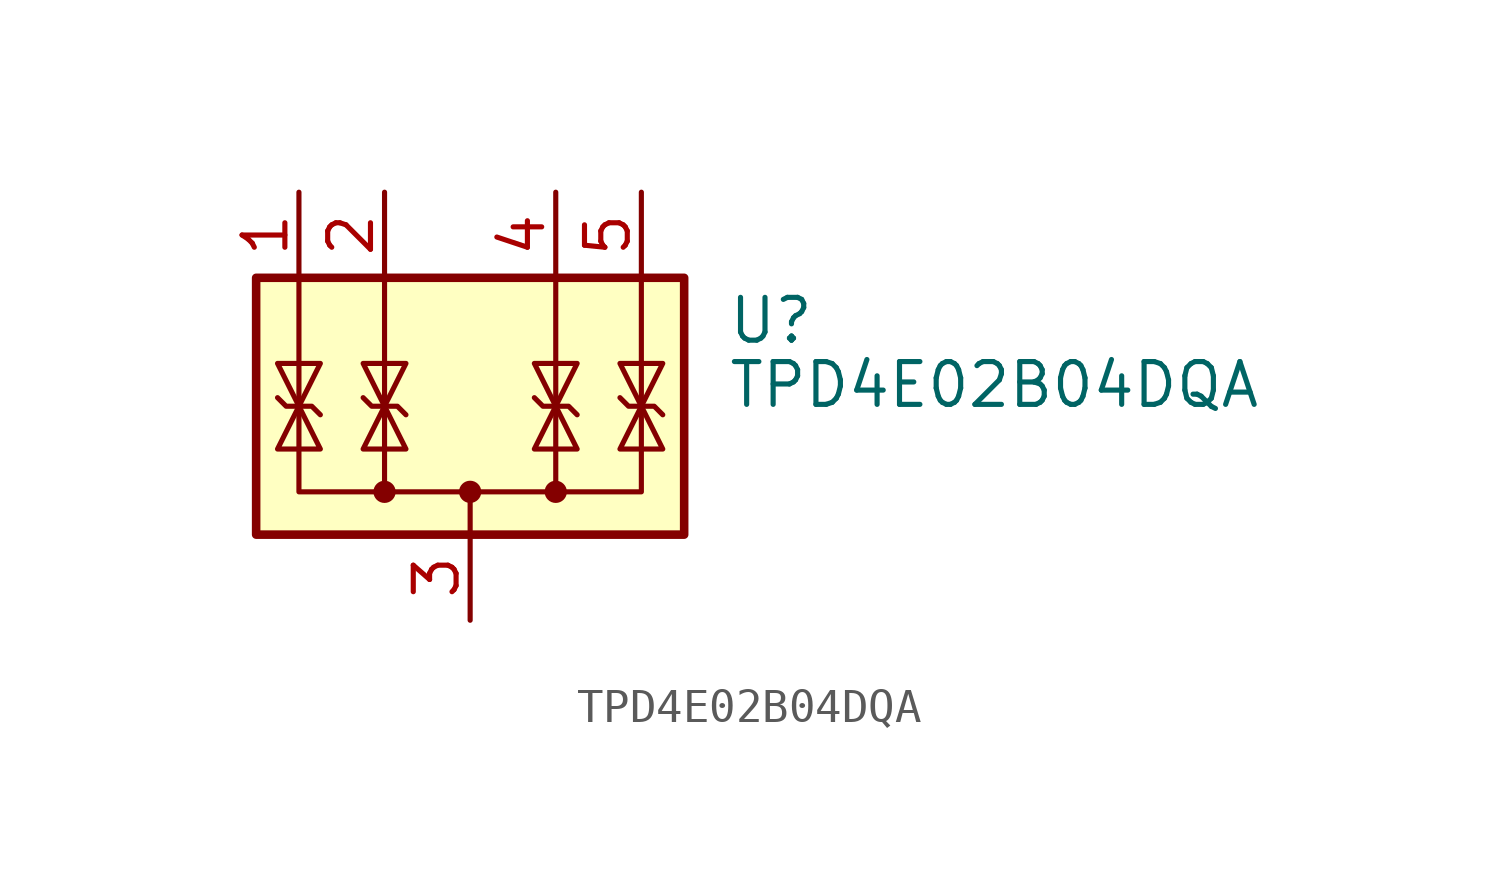
<source format=kicad_sym>
(kicad_symbol_lib
  (version 20211014)
  (generator kicad_symbol_editor)
  (symbol "TPD4E02B04DQA"
    (pin_names hide)
    (property "Reference" "U"
      (at 7.62 3.81 0)
      (effects (font (size 1.27 1.27)) (justify left)))
    (property "Value" "TPD4E02B04DQA"
      (at 7.62 1.905 0)
      (effects (font (size 1.27 1.27)) (justify left)))
    (symbol "TPD4E02B04DQA_0_0"
      (pin passive line (at 0 -5.08 90) (length 2.54) (name "G" (effects (font (size 1.27 1.27)))) (number "3" (effects (font (size 1.27 1.27))))))
    (symbol "TPD4E02B04DQA_0_1"
      (rectangle (start -6.35 5.08) (end 6.35 -2.54) (stroke (width 0.254) (type default) (color 0 0 0 0)) (fill (type background)))
      (circle (center 0 -1.27) (radius 0.254) (stroke (width 0) (type default) (color 0 0 0 0)) (fill (type outline)))
      (polyline (pts (xy -2.54 5.08) (xy -2.54 -1.27)) (stroke (width 0) (type default) (color 0 0 0 0)) (fill (type none)))
      (polyline (pts (xy 0 -1.27) (xy 0 -2.54)) (stroke (width 0) (type default) (color 0 0 0 0)) (fill (type none)))
      (polyline (pts (xy 2.54 5.08) (xy 2.54 -1.27)) (stroke (width 0) (type default) (color 0 0 0 0)) (fill (type none)))
      (polyline (pts (xy -5.08 5.08) (xy -5.08 -1.27) (xy 5.08 -1.27) (xy 5.08 5.08)) (stroke (width 0) (type default) (color 0 0 0 0)) (fill (type none)))
      (polyline (pts (xy -4.445 0) (xy -5.715 0) (xy -5.08 1.27) (xy -4.445 0)) (stroke (width 0) (type default) (color 0 0 0 0)) (fill (type none)))
      (polyline (pts (xy -3.175 1.524) (xy -2.921 1.27) (xy -2.159 1.27) (xy -1.905 1.016)) (stroke (width 0) (type default) (color 0 0 0 0)) (fill (type none)))
      (polyline (pts (xy -2.54 1.27) (xy -1.905 0) (xy -3.175 0) (xy -2.54 1.27)) (stroke (width 0) (type default) (color 0 0 0 0)) (fill (type none)))
      (polyline (pts (xy 2.54 1.27) (xy 1.905 0) (xy 3.175 0) (xy 2.54 1.27)) (stroke (width 0) (type default) (color 0 0 0 0)) (fill (type none)))
      (polyline (pts (xy 5.08 1.27) (xy 4.445 0) (xy 5.715 0) (xy 5.08 1.27)) (stroke (width 0) (type default) (color 0 0 0 0)) (fill (type none)))
      (circle (center 2.54 -1.27) (radius 0.254) (stroke (width 0) (type default) (color 0 0 0 0)) (fill (type outline))))
    (symbol "TPD4E02B04DQA_1_1"
      (circle (center -2.54 -1.27) (radius 0.254) (stroke (width 0) (type default) (color 0 0 0 0)) (fill (type outline)))
      (polyline (pts (xy -5.715 1.524) (xy -5.461 1.27) (xy -4.699 1.27) (xy -4.445 1.016)) (stroke (width 0) (type default) (color 0 0 0 0)) (fill (type none)))
      (polyline (pts (xy -5.08 1.27) (xy -5.715 2.54) (xy -4.445 2.54) (xy -5.08 1.27)) (stroke (width 0) (type default) (color 0 0 0 0)) (fill (type none)))
      (polyline (pts (xy -2.54 1.27) (xy -3.175 2.54) (xy -1.905 2.54) (xy -2.54 1.27)) (stroke (width 0) (type default) (color 0 0 0 0)) (fill (type none)))
      (polyline (pts (xy 1.905 1.524) (xy 2.159 1.27) (xy 2.921 1.27) (xy 3.175 1.016)) (stroke (width 0) (type default) (color 0 0 0 0)) (fill (type none)))
      (polyline (pts (xy 2.54 1.27) (xy 1.905 2.54) (xy 3.175 2.54) (xy 2.54 1.27)) (stroke (width 0) (type default) (color 0 0 0 0)) (fill (type none)))
      (polyline (pts (xy 4.445 1.524) (xy 4.699 1.27) (xy 5.461 1.27) (xy 5.715 1.016)) (stroke (width 0) (type default) (color 0 0 0 0)) (fill (type none)))
      (polyline (pts (xy 5.08 1.27) (xy 4.445 2.54) (xy 5.715 2.54) (xy 5.08 1.27)) (stroke (width 0) (type default) (color 0 0 0 0)) (fill (type none)))
      (pin passive line (at -5.08 7.62 270) (length 2.54) (name "IO1" (effects (font (size 1.27 1.27)))) (number "1" (effects (font (size 1.27 1.27)))))
      (pin passive line (at -5.08 7.62 270) (length 2.54) hide (name "NC" (effects (font (size 1.27 1.27)))) (number "10" (effects (font (size 1.27 1.27)))))
      (pin passive line (at -2.54 7.62 270) (length 2.54) (name "IO2" (effects (font (size 1.27 1.27)))) (number "2" (effects (font (size 1.27 1.27)))))
      (pin passive line (at 2.54 7.62 270) (length 2.54) (name "IO3" (effects (font (size 1.27 1.27)))) (number "4" (effects (font (size 1.27 1.27)))))
      (pin passive line (at 5.08 7.62 270) (length 2.54) (name "IO4" (effects (font (size 1.27 1.27)))) (number "5" (effects (font (size 1.27 1.27)))))
      (pin passive line (at 5.08 7.62 270) (length 2.54) hide (name "NC" (effects (font (size 1.27 1.27)))) (number "6" (effects (font (size 1.27 1.27)))))
      (pin passive line (at 2.54 7.62 270) (length 2.54) hide (name "NC" (effects (font (size 1.27 1.27)))) (number "7" (effects (font (size 1.27 1.27)))))
      (pin passive line (at 0 -5.08 90) (length 2.54) hide (name "G" (effects (font (size 1.27 1.27)))) (number "8" (effects (font (size 1.27 1.27)))))
      (pin passive line (at -2.54 7.62 270) (length 2.54) hide (name "NC" (effects (font (size 1.27 1.27)))) (number "9" (effects (font (size 1.27 1.27))))))))
</source>
